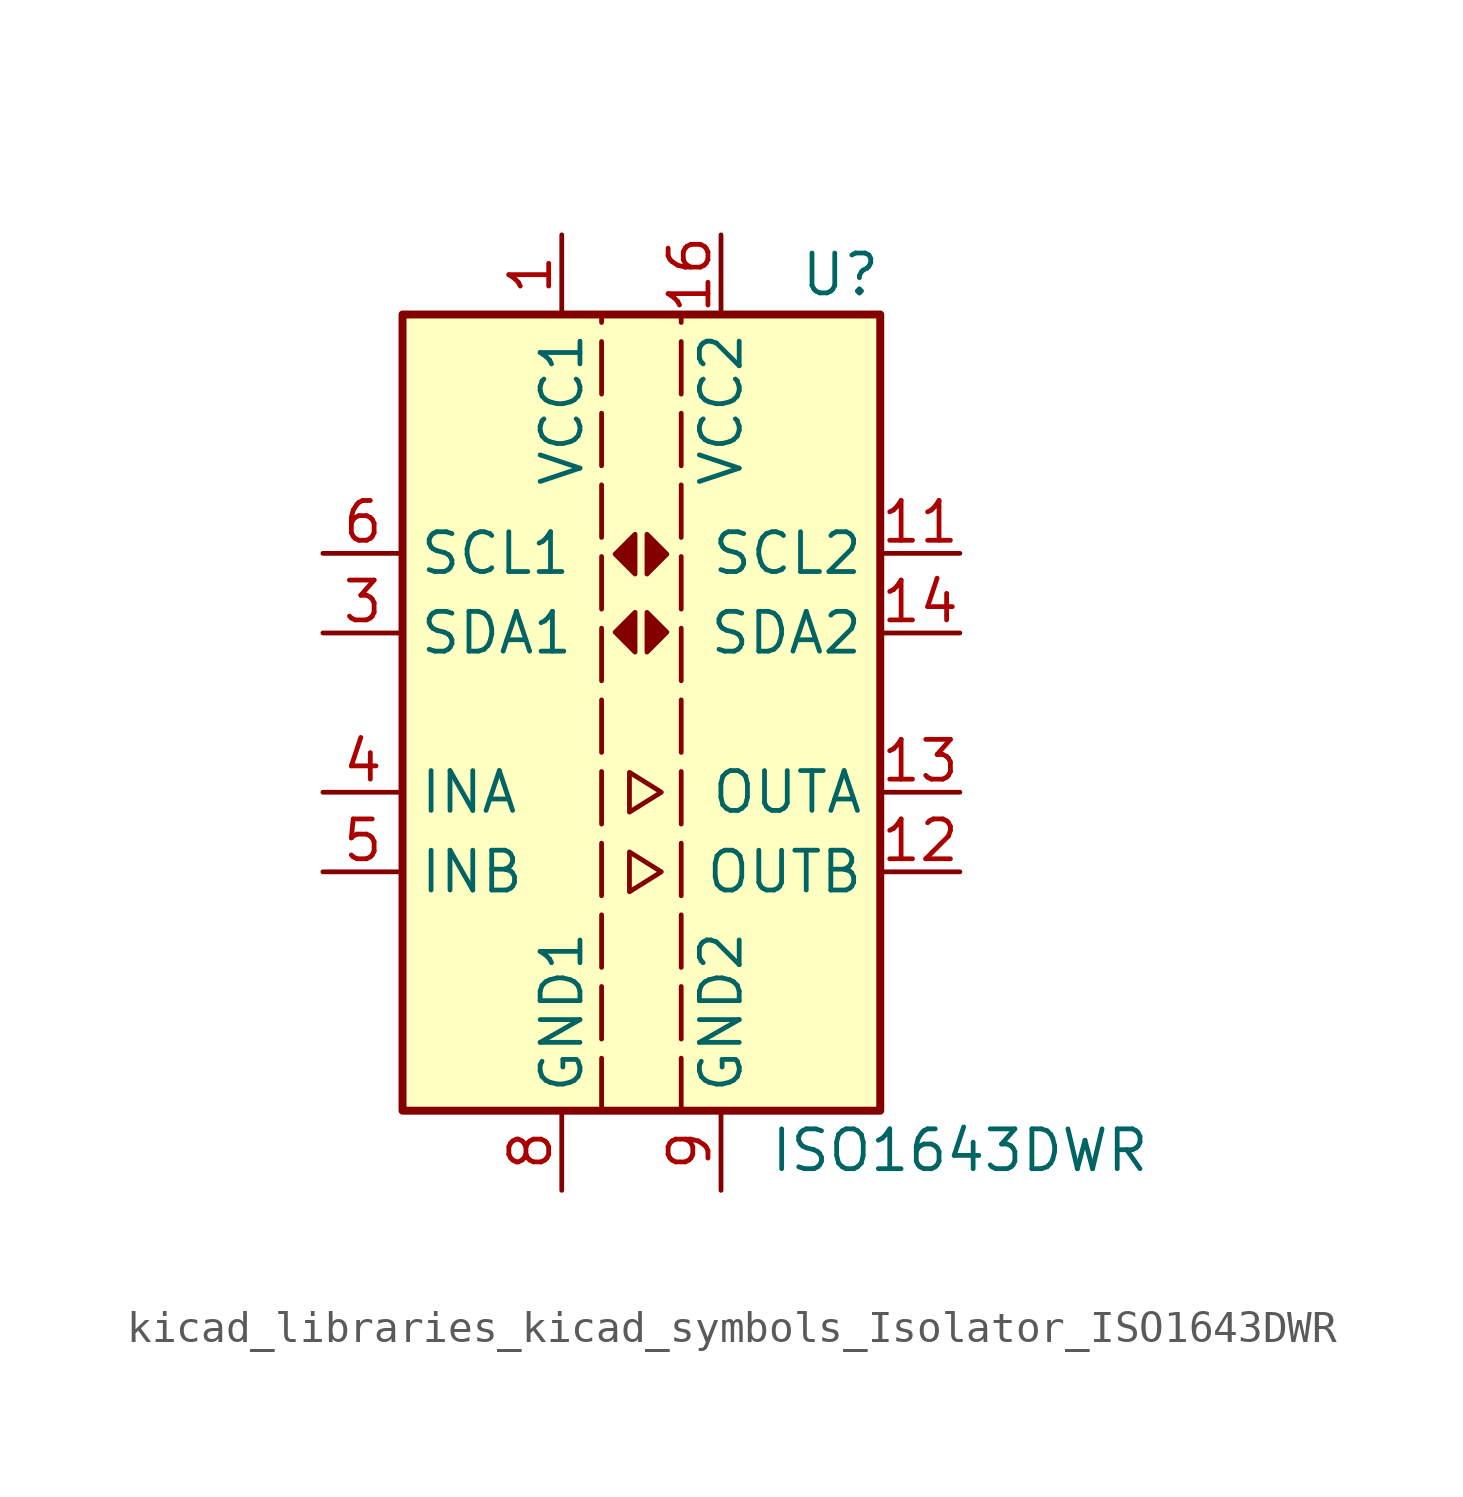
<source format=kicad_sym>
(kicad_symbol_lib
  (version 20220914)
  (generator kicad_symbol_editor)
  (symbol "kicad_libraries_kicad_symbols_Isolator_ISO1643DWR"
    (property "Reference" "U"
      (at 6.35 13.97 0)
      (effects (font (size 1.27 1.27))))
    (property "Value" "ISO1643DWR"
      (at 10.16 -13.97 0)
      (effects (font (size 1.27 1.27))))
    (symbol "kicad_libraries_kicad_symbols_Isolator_ISO1643DWR_1_1"
      (rectangle (start -7.62 12.7) (end 7.62 -12.7) (stroke (width 0.254) (type default)) (fill (type background)))
      (polyline (pts (xy -1.27 -12.7) (xy -1.27 12.7)) (stroke (width 0) (type dash)) (fill (type none)))
      (polyline (pts (xy 1.27 -12.7) (xy 1.27 12.7)) (stroke (width 0) (type dash)) (fill (type none)))
      (polyline (pts (xy -0.381 -4.445) (xy -0.381 -5.715) (xy 0.635 -5.08) (xy -0.381 -4.445)) (stroke (width 0) (type default)) (fill (type none)))
      (polyline (pts (xy -0.381 -1.905) (xy -0.381 -3.175) (xy 0.635 -2.54) (xy -0.381 -1.905)) (stroke (width 0) (type default)) (fill (type none)))
      (polyline (pts (xy -0.203 3.2) (xy -0.203 1.93) (xy -0.838 2.565) (xy -0.203 3.2)) (stroke (width 0) (type default)) (fill (type outline)))
      (polyline (pts (xy -0.203 5.69) (xy -0.203 4.42) (xy -0.838 5.055) (xy -0.203 5.69)) (stroke (width 0) (type default)) (fill (type outline)))
      (polyline (pts (xy 0.178 3.2) (xy 0.178 1.93) (xy 0.813 2.565) (xy 0.178 3.2)) (stroke (width 0) (type default)) (fill (type outline)))
      (polyline (pts (xy 0.178 5.69) (xy 0.178 4.42) (xy 0.813 5.055) (xy 0.178 5.69)) (stroke (width 0) (type default)) (fill (type outline)))
      (pin power_in line (at -2.54 15.24 270) (length 2.54) (name "VCC1" (effects (font (size 1.27 1.27)))) (number "1" (effects (font (size 1.27 1.27)))))
      (pin no_connect line (at 7.62 10.16 180) (length 2.54) hide (name "NC" (effects (font (size 1.27 1.27)))) (number "10" (effects (font (size 1.27 1.27)))))
      (pin bidirectional line (at 10.16 5.08 180) (length 2.54) (name "SCL2" (effects (font (size 1.27 1.27)))) (number "11" (effects (font (size 1.27 1.27)))))
      (pin output line (at 10.16 -5.08 180) (length 2.54) (name "OUTB" (effects (font (size 1.27 1.27)))) (number "12" (effects (font (size 1.27 1.27)))))
      (pin output line (at 10.16 -2.54 180) (length 2.54) (name "OUTA" (effects (font (size 1.27 1.27)))) (number "13" (effects (font (size 1.27 1.27)))))
      (pin bidirectional line (at 10.16 2.54 180) (length 2.54) (name "SDA2" (effects (font (size 1.27 1.27)))) (number "14" (effects (font (size 1.27 1.27)))))
      (pin no_connect line (at 7.62 -10.16 180) (length 2.54) hide (name "NC" (effects (font (size 1.27 1.27)))) (number "15" (effects (font (size 1.27 1.27)))))
      (pin power_in line (at 2.54 15.24 270) (length 2.54) (name "VCC2" (effects (font (size 1.27 1.27)))) (number "16" (effects (font (size 1.27 1.27)))))
      (pin no_connect line (at -7.62 10.16 0) (length 2.54) hide (name "NC" (effects (font (size 1.27 1.27)))) (number "2" (effects (font (size 1.27 1.27)))))
      (pin bidirectional line (at -10.16 2.54 0) (length 2.54) (name "SDA1" (effects (font (size 1.27 1.27)))) (number "3" (effects (font (size 1.27 1.27)))))
      (pin input line (at -10.16 -2.54 0) (length 2.54) (name "INA" (effects (font (size 1.27 1.27)))) (number "4" (effects (font (size 1.27 1.27)))))
      (pin input line (at -10.16 -5.08 0) (length 2.54) (name "INB" (effects (font (size 1.27 1.27)))) (number "5" (effects (font (size 1.27 1.27)))))
      (pin bidirectional line (at -10.16 5.08 0) (length 2.54) (name "SCL1" (effects (font (size 1.27 1.27)))) (number "6" (effects (font (size 1.27 1.27)))))
      (pin no_connect line (at -7.62 -10.16 0) (length 2.54) hide (name "NC" (effects (font (size 1.27 1.27)))) (number "7" (effects (font (size 1.27 1.27)))))
      (pin power_in line (at -2.54 -15.24 90) (length 2.54) (name "GND1" (effects (font (size 1.27 1.27)))) (number "8" (effects (font (size 1.27 1.27)))))
      (pin power_in line (at 2.54 -15.24 90) (length 2.54) (name "GND2" (effects (font (size 1.27 1.27)))) (number "9" (effects (font (size 1.27 1.27))))))))
</source>
